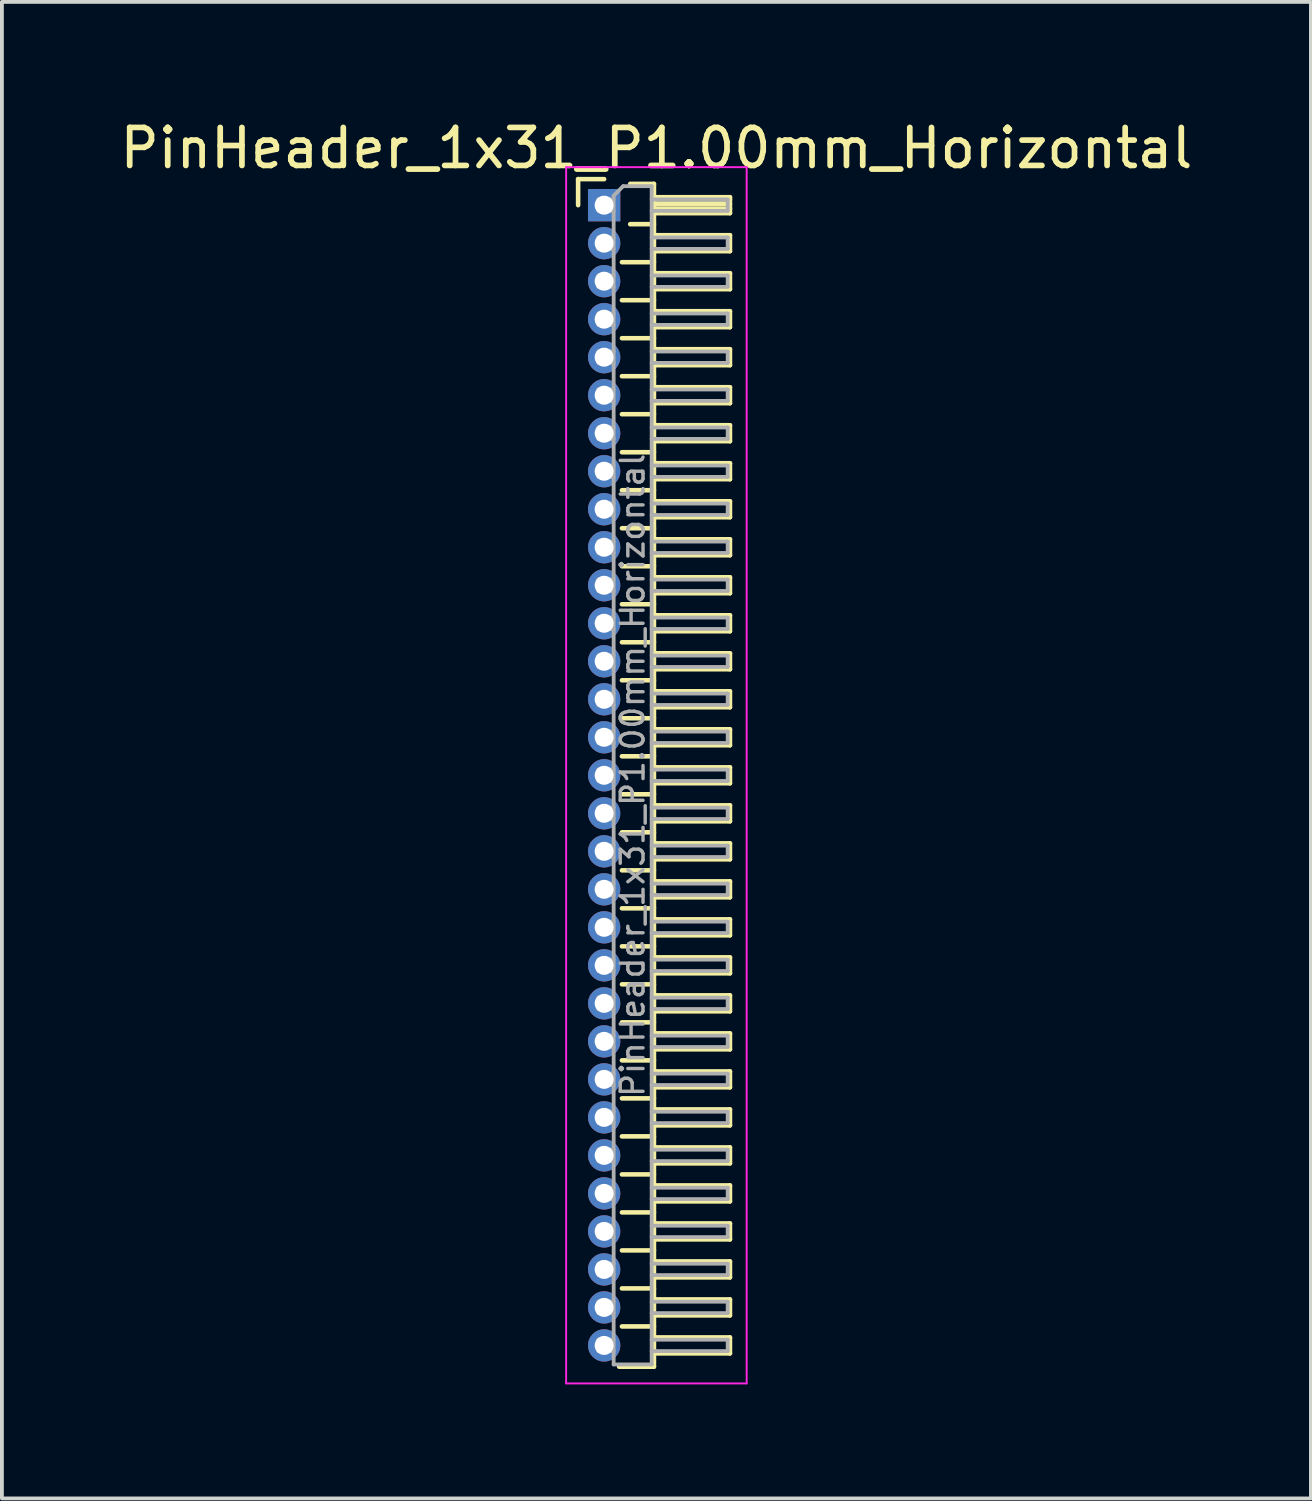
<source format=kicad_pcb>
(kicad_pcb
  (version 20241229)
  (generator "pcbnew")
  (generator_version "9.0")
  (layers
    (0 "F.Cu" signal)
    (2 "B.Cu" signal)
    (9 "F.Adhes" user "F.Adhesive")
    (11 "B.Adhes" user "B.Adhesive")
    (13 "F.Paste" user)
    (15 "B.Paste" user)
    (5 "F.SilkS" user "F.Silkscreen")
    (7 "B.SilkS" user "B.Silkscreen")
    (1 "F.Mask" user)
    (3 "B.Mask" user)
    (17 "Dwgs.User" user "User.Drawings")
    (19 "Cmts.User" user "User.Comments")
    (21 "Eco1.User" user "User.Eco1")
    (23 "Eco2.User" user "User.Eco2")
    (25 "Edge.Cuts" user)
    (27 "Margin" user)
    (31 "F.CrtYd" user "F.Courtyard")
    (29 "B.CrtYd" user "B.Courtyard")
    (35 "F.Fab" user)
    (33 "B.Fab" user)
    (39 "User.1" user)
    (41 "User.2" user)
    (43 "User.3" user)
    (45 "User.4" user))
  (footprint "PinHeader_1x31_P1.00mm_Horizontal"
    (layer "F.Cu")
    (at 12.845 2.348)
    (property "Reference" "PinHeader_1x31_P1.00mm_Horizontal" (at 1.375 -1.5 0) (layer "F.SilkS") (effects (font (size 1 1) (thickness 0.15))))
    (attr through_hole)
    (fp_line (start -0.685 -0.685) (end 0 -0.685) (stroke (width 0.12) (type solid)) (layer "F.SilkS"))
    (fp_line (start -0.685 0) (end -0.685 -0.685) (stroke (width 0.12) (type solid)) (layer "F.SilkS"))
    (fp_line (start 0.468 1.5) (end 1.31 1.5) (stroke (width 0.12) (type solid)) (layer "F.SilkS"))
    (fp_line (start 0.468 2.5) (end 1.31 2.5) (stroke (width 0.12) (type solid)) (layer "F.SilkS"))
    (fp_line (start 0.468 3.5) (end 1.31 3.5) (stroke (width 0.12) (type solid)) (layer "F.SilkS"))
    (fp_line (start 0.468 4.5) (end 1.31 4.5) (stroke (width 0.12) (type solid)) (layer "F.SilkS"))
    (fp_line (start 0.468 5.5) (end 1.31 5.5) (stroke (width 0.12) (type solid)) (layer "F.SilkS"))
    (fp_line (start 0.468 6.5) (end 1.31 6.5) (stroke (width 0.12) (type solid)) (layer "F.SilkS"))
    (fp_line (start 0.468 7.5) (end 1.31 7.5) (stroke (width 0.12) (type solid)) (layer "F.SilkS"))
    (fp_line (start 0.468 8.5) (end 1.31 8.5) (stroke (width 0.12) (type solid)) (layer "F.SilkS"))
    (fp_line (start 0.468 9.5) (end 1.31 9.5) (stroke (width 0.12) (type solid)) (layer "F.SilkS"))
    (fp_line (start 0.468 10.5) (end 1.31 10.5) (stroke (width 0.12) (type solid)) (layer "F.SilkS"))
    (fp_line (start 0.468 11.5) (end 1.31 11.5) (stroke (width 0.12) (type solid)) (layer "F.SilkS"))
    (fp_line (start 0.468 12.5) (end 1.31 12.5) (stroke (width 0.12) (type solid)) (layer "F.SilkS"))
    (fp_line (start 0.468 13.5) (end 1.31 13.5) (stroke (width 0.12) (type solid)) (layer "F.SilkS"))
    (fp_line (start 0.468 14.5) (end 1.31 14.5) (stroke (width 0.12) (type solid)) (layer "F.SilkS"))
    (fp_line (start 0.468 15.5) (end 1.31 15.5) (stroke (width 0.12) (type solid)) (layer "F.SilkS"))
    (fp_line (start 0.468 16.5) (end 1.31 16.5) (stroke (width 0.12) (type solid)) (layer "F.SilkS"))
    (fp_line (start 0.468 17.5) (end 1.31 17.5) (stroke (width 0.12) (type solid)) (layer "F.SilkS"))
    (fp_line (start 0.468 18.5) (end 1.31 18.5) (stroke (width 0.12) (type solid)) (layer "F.SilkS"))
    (fp_line (start 0.468 19.5) (end 1.31 19.5) (stroke (width 0.12) (type solid)) (layer "F.SilkS"))
    (fp_line (start 0.468 20.5) (end 1.31 20.5) (stroke (width 0.12) (type solid)) (layer "F.SilkS"))
    (fp_line (start 0.468 21.5) (end 1.31 21.5) (stroke (width 0.12) (type solid)) (layer "F.SilkS"))
    (fp_line (start 0.468 22.5) (end 1.31 22.5) (stroke (width 0.12) (type solid)) (layer "F.SilkS"))
    (fp_line (start 0.468 23.5) (end 1.31 23.5) (stroke (width 0.12) (type solid)) (layer "F.SilkS"))
    (fp_line (start 0.468 24.5) (end 1.31 24.5) (stroke (width 0.12) (type solid)) (layer "F.SilkS"))
    (fp_line (start 0.468 25.5) (end 1.31 25.5) (stroke (width 0.12) (type solid)) (layer "F.SilkS"))
    (fp_line (start 0.468 26.5) (end 1.31 26.5) (stroke (width 0.12) (type solid)) (layer "F.SilkS"))
    (fp_line (start 0.468 27.5) (end 1.31 27.5) (stroke (width 0.12) (type solid)) (layer "F.SilkS"))
    (fp_line (start 0.468 28.5) (end 1.31 28.5) (stroke (width 0.12) (type solid)) (layer "F.SilkS"))
    (fp_line (start 0.468 29.5) (end 1.31 29.5) (stroke (width 0.12) (type solid)) (layer "F.SilkS"))
    (fp_line (start 0.685 -0.56) (end 1.31 -0.56) (stroke (width 0.12) (type solid)) (layer "F.SilkS"))
    (fp_line (start 0.685 0.5) (end 1.31 0.5) (stroke (width 0.12) (type solid)) (layer "F.SilkS"))
    (fp_line (start 1.31 -0.56) (end 1.31 30.56) (stroke (width 0.12) (type solid)) (layer "F.SilkS"))
    (fp_line (start 1.31 -0.21) (end 3.31 -0.21) (stroke (width 0.12) (type solid)) (layer "F.SilkS"))
    (fp_line (start 1.31 -0.15) (end 3.31 -0.15) (stroke (width 0.12) (type solid)) (layer "F.SilkS"))
    (fp_line (start 1.31 -0.03) (end 3.31 -0.03) (stroke (width 0.12) (type solid)) (layer "F.SilkS"))
    (fp_line (start 1.31 0.09) (end 3.31 0.09) (stroke (width 0.12) (type solid)) (layer "F.SilkS"))
    (fp_line (start 1.31 0.79) (end 3.31 0.79) (stroke (width 0.12) (type solid)) (layer "F.SilkS"))
    (fp_line (start 1.31 1.79) (end 3.31 1.79) (stroke (width 0.12) (type solid)) (layer "F.SilkS"))
    (fp_line (start 1.31 2.79) (end 3.31 2.79) (stroke (width 0.12) (type solid)) (layer "F.SilkS"))
    (fp_line (start 1.31 3.79) (end 3.31 3.79) (stroke (width 0.12) (type solid)) (layer "F.SilkS"))
    (fp_line (start 1.31 4.79) (end 3.31 4.79) (stroke (width 0.12) (type solid)) (layer "F.SilkS"))
    (fp_line (start 1.31 5.79) (end 3.31 5.79) (stroke (width 0.12) (type solid)) (layer "F.SilkS"))
    (fp_line (start 1.31 6.79) (end 3.31 6.79) (stroke (width 0.12) (type solid)) (layer "F.SilkS"))
    (fp_line (start 1.31 7.79) (end 3.31 7.79) (stroke (width 0.12) (type solid)) (layer "F.SilkS"))
    (fp_line (start 1.31 8.79) (end 3.31 8.79) (stroke (width 0.12) (type solid)) (layer "F.SilkS"))
    (fp_line (start 1.31 9.79) (end 3.31 9.79) (stroke (width 0.12) (type solid)) (layer "F.SilkS"))
    (fp_line (start 1.31 10.79) (end 3.31 10.79) (stroke (width 0.12) (type solid)) (layer "F.SilkS"))
    (fp_line (start 1.31 11.79) (end 3.31 11.79) (stroke (width 0.12) (type solid)) (layer "F.SilkS"))
    (fp_line (start 1.31 12.79) (end 3.31 12.79) (stroke (width 0.12) (type solid)) (layer "F.SilkS"))
    (fp_line (start 1.31 13.79) (end 3.31 13.79) (stroke (width 0.12) (type solid)) (layer "F.SilkS"))
    (fp_line (start 1.31 14.79) (end 3.31 14.79) (stroke (width 0.12) (type solid)) (layer "F.SilkS"))
    (fp_line (start 1.31 15.79) (end 3.31 15.79) (stroke (width 0.12) (type solid)) (layer "F.SilkS"))
    (fp_line (start 1.31 16.79) (end 3.31 16.79) (stroke (width 0.12) (type solid)) (layer "F.SilkS"))
    (fp_line (start 1.31 17.79) (end 3.31 17.79) (stroke (width 0.12) (type solid)) (layer "F.SilkS"))
    (fp_line (start 1.31 18.79) (end 3.31 18.79) (stroke (width 0.12) (type solid)) (layer "F.SilkS"))
    (fp_line (start 1.31 19.79) (end 3.31 19.79) (stroke (width 0.12) (type solid)) (layer "F.SilkS"))
    (fp_line (start 1.31 20.79) (end 3.31 20.79) (stroke (width 0.12) (type solid)) (layer "F.SilkS"))
    (fp_line (start 1.31 21.79) (end 3.31 21.79) (stroke (width 0.12) (type solid)) (layer "F.SilkS"))
    (fp_line (start 1.31 22.79) (end 3.31 22.79) (stroke (width 0.12) (type solid)) (layer "F.SilkS"))
    (fp_line (start 1.31 23.79) (end 3.31 23.79) (stroke (width 0.12) (type solid)) (layer "F.SilkS"))
    (fp_line (start 1.31 24.79) (end 3.31 24.79) (stroke (width 0.12) (type solid)) (layer "F.SilkS"))
    (fp_line (start 1.31 25.79) (end 3.31 25.79) (stroke (width 0.12) (type solid)) (layer "F.SilkS"))
    (fp_line (start 1.31 26.79) (end 3.31 26.79) (stroke (width 0.12) (type solid)) (layer "F.SilkS"))
    (fp_line (start 1.31 27.79) (end 3.31 27.79) (stroke (width 0.12) (type solid)) (layer "F.SilkS"))
    (fp_line (start 1.31 28.79) (end 3.31 28.79) (stroke (width 0.12) (type solid)) (layer "F.SilkS"))
    (fp_line (start 1.31 29.79) (end 3.31 29.79) (stroke (width 0.12) (type solid)) (layer "F.SilkS"))
    (fp_line (start 1.31 30.56) (end 0.394 30.56) (stroke (width 0.12) (type solid)) (layer "F.SilkS"))
    (fp_line (start 3.31 -0.21) (end 3.31 0.21) (stroke (width 0.12) (type solid)) (layer "F.SilkS"))
    (fp_line (start 3.31 0.21) (end 1.31 0.21) (stroke (width 0.12) (type solid)) (layer "F.SilkS"))
    (fp_line (start 3.31 0.79) (end 3.31 1.21) (stroke (width 0.12) (type solid)) (layer "F.SilkS"))
    (fp_line (start 3.31 1.21) (end 1.31 1.21) (stroke (width 0.12) (type solid)) (layer "F.SilkS"))
    (fp_line (start 3.31 1.79) (end 3.31 2.21) (stroke (width 0.12) (type solid)) (layer "F.SilkS"))
    (fp_line (start 3.31 2.21) (end 1.31 2.21) (stroke (width 0.12) (type solid)) (layer "F.SilkS"))
    (fp_line (start 3.31 2.79) (end 3.31 3.21) (stroke (width 0.12) (type solid)) (layer "F.SilkS"))
    (fp_line (start 3.31 3.21) (end 1.31 3.21) (stroke (width 0.12) (type solid)) (layer "F.SilkS"))
    (fp_line (start 3.31 3.79) (end 3.31 4.21) (stroke (width 0.12) (type solid)) (layer "F.SilkS"))
    (fp_line (start 3.31 4.21) (end 1.31 4.21) (stroke (width 0.12) (type solid)) (layer "F.SilkS"))
    (fp_line (start 3.31 4.79) (end 3.31 5.21) (stroke (width 0.12) (type solid)) (layer "F.SilkS"))
    (fp_line (start 3.31 5.21) (end 1.31 5.21) (stroke (width 0.12) (type solid)) (layer "F.SilkS"))
    (fp_line (start 3.31 5.79) (end 3.31 6.21) (stroke (width 0.12) (type solid)) (layer "F.SilkS"))
    (fp_line (start 3.31 6.21) (end 1.31 6.21) (stroke (width 0.12) (type solid)) (layer "F.SilkS"))
    (fp_line (start 3.31 6.79) (end 3.31 7.21) (stroke (width 0.12) (type solid)) (layer "F.SilkS"))
    (fp_line (start 3.31 7.21) (end 1.31 7.21) (stroke (width 0.12) (type solid)) (layer "F.SilkS"))
    (fp_line (start 3.31 7.79) (end 3.31 8.21) (stroke (width 0.12) (type solid)) (layer "F.SilkS"))
    (fp_line (start 3.31 8.21) (end 1.31 8.21) (stroke (width 0.12) (type solid)) (layer "F.SilkS"))
    (fp_line (start 3.31 8.79) (end 3.31 9.21) (stroke (width 0.12) (type solid)) (layer "F.SilkS"))
    (fp_line (start 3.31 9.21) (end 1.31 9.21) (stroke (width 0.12) (type solid)) (layer "F.SilkS"))
    (fp_line (start 3.31 9.79) (end 3.31 10.21) (stroke (width 0.12) (type solid)) (layer "F.SilkS"))
    (fp_line (start 3.31 10.21) (end 1.31 10.21) (stroke (width 0.12) (type solid)) (layer "F.SilkS"))
    (fp_line (start 3.31 10.79) (end 3.31 11.21) (stroke (width 0.12) (type solid)) (layer "F.SilkS"))
    (fp_line (start 3.31 11.21) (end 1.31 11.21) (stroke (width 0.12) (type solid)) (layer "F.SilkS"))
    (fp_line (start 3.31 11.79) (end 3.31 12.21) (stroke (width 0.12) (type solid)) (layer "F.SilkS"))
    (fp_line (start 3.31 12.21) (end 1.31 12.21) (stroke (width 0.12) (type solid)) (layer "F.SilkS"))
    (fp_line (start 3.31 12.79) (end 3.31 13.21) (stroke (width 0.12) (type solid)) (layer "F.SilkS"))
    (fp_line (start 3.31 13.21) (end 1.31 13.21) (stroke (width 0.12) (type solid)) (layer "F.SilkS"))
    (fp_line (start 3.31 13.79) (end 3.31 14.21) (stroke (width 0.12) (type solid)) (layer "F.SilkS"))
    (fp_line (start 3.31 14.21) (end 1.31 14.21) (stroke (width 0.12) (type solid)) (layer "F.SilkS"))
    (fp_line (start 3.31 14.79) (end 3.31 15.21) (stroke (width 0.12) (type solid)) (layer "F.SilkS"))
    (fp_line (start 3.31 15.21) (end 1.31 15.21) (stroke (width 0.12) (type solid)) (layer "F.SilkS"))
    (fp_line (start 3.31 15.79) (end 3.31 16.21) (stroke (width 0.12) (type solid)) (layer "F.SilkS"))
    (fp_line (start 3.31 16.21) (end 1.31 16.21) (stroke (width 0.12) (type solid)) (layer "F.SilkS"))
    (fp_line (start 3.31 16.79) (end 3.31 17.21) (stroke (width 0.12) (type solid)) (layer "F.SilkS"))
    (fp_line (start 3.31 17.21) (end 1.31 17.21) (stroke (width 0.12) (type solid)) (layer "F.SilkS"))
    (fp_line (start 3.31 17.79) (end 3.31 18.21) (stroke (width 0.12) (type solid)) (layer "F.SilkS"))
    (fp_line (start 3.31 18.21) (end 1.31 18.21) (stroke (width 0.12) (type solid)) (layer "F.SilkS"))
    (fp_line (start 3.31 18.79) (end 3.31 19.21) (stroke (width 0.12) (type solid)) (layer "F.SilkS"))
    (fp_line (start 3.31 19.21) (end 1.31 19.21) (stroke (width 0.12) (type solid)) (layer "F.SilkS"))
    (fp_line (start 3.31 19.79) (end 3.31 20.21) (stroke (width 0.12) (type solid)) (layer "F.SilkS"))
    (fp_line (start 3.31 20.21) (end 1.31 20.21) (stroke (width 0.12) (type solid)) (layer "F.SilkS"))
    (fp_line (start 3.31 20.79) (end 3.31 21.21) (stroke (width 0.12) (type solid)) (layer "F.SilkS"))
    (fp_line (start 3.31 21.21) (end 1.31 21.21) (stroke (width 0.12) (type solid)) (layer "F.SilkS"))
    (fp_line (start 3.31 21.79) (end 3.31 22.21) (stroke (width 0.12) (type solid)) (layer "F.SilkS"))
    (fp_line (start 3.31 22.21) (end 1.31 22.21) (stroke (width 0.12) (type solid)) (layer "F.SilkS"))
    (fp_line (start 3.31 22.79) (end 3.31 23.21) (stroke (width 0.12) (type solid)) (layer "F.SilkS"))
    (fp_line (start 3.31 23.21) (end 1.31 23.21) (stroke (width 0.12) (type solid)) (layer "F.SilkS"))
    (fp_line (start 3.31 23.79) (end 3.31 24.21) (stroke (width 0.12) (type solid)) (layer "F.SilkS"))
    (fp_line (start 3.31 24.21) (end 1.31 24.21) (stroke (width 0.12) (type solid)) (layer "F.SilkS"))
    (fp_line (start 3.31 24.79) (end 3.31 25.21) (stroke (width 0.12) (type solid)) (layer "F.SilkS"))
    (fp_line (start 3.31 25.21) (end 1.31 25.21) (stroke (width 0.12) (type solid)) (layer "F.SilkS"))
    (fp_line (start 3.31 25.79) (end 3.31 26.21) (stroke (width 0.12) (type solid)) (layer "F.SilkS"))
    (fp_line (start 3.31 26.21) (end 1.31 26.21) (stroke (width 0.12) (type solid)) (layer "F.SilkS"))
    (fp_line (start 3.31 26.79) (end 3.31 27.21) (stroke (width 0.12) (type solid)) (layer "F.SilkS"))
    (fp_line (start 3.31 27.21) (end 1.31 27.21) (stroke (width 0.12) (type solid)) (layer "F.SilkS"))
    (fp_line (start 3.31 27.79) (end 3.31 28.21) (stroke (width 0.12) (type solid)) (layer "F.SilkS"))
    (fp_line (start 3.31 28.21) (end 1.31 28.21) (stroke (width 0.12) (type solid)) (layer "F.SilkS"))
    (fp_line (start 3.31 28.79) (end 3.31 29.21) (stroke (width 0.12) (type solid)) (layer "F.SilkS"))
    (fp_line (start 3.31 29.21) (end 1.31 29.21) (stroke (width 0.12) (type solid)) (layer "F.SilkS"))
    (fp_line (start 3.31 29.79) (end 3.31 30.21) (stroke (width 0.12) (type solid)) (layer "F.SilkS"))
    (fp_line (start 3.31 30.21) (end 1.31 30.21) (stroke (width 0.12) (type solid)) (layer "F.SilkS"))
    (fp_line (start -1 -1) (end -1 31) (stroke (width 0.05) (type solid)) (layer "F.CrtYd"))
    (fp_line (start -1 31) (end 3.75 31) (stroke (width 0.05) (type solid)) (layer "F.CrtYd"))
    (fp_line (start 3.75 -1) (end -1 -1) (stroke (width 0.05) (type solid)) (layer "F.CrtYd"))
    (fp_line (start 3.75 31) (end 3.75 -1) (stroke (width 0.05) (type solid)) (layer "F.CrtYd"))
    (fp_line (start -0.15 -0.15) (end -0.15 0.15) (stroke (width 0.1) (type solid)) (layer "F.Fab"))
    (fp_line (start -0.15 -0.15) (end 0.25 -0.15) (stroke (width 0.1) (type solid)) (layer "F.Fab"))
    (fp_line (start -0.15 0.15) (end 0.25 0.15) (stroke (width 0.1) (type solid)) (layer "F.Fab"))
    (fp_line (start -0.15 0.85) (end -0.15 1.15) (stroke (width 0.1) (type solid)) (layer "F.Fab"))
    (fp_line (start -0.15 0.85) (end 0.25 0.85) (stroke (width 0.1) (type solid)) (layer "F.Fab"))
    (fp_line (start -0.15 1.15) (end 0.25 1.15) (stroke (width 0.1) (type solid)) (layer "F.Fab"))
    (fp_line (start -0.15 1.85) (end -0.15 2.15) (stroke (width 0.1) (type solid)) (layer "F.Fab"))
    (fp_line (start -0.15 1.85) (end 0.25 1.85) (stroke (width 0.1) (type solid)) (layer "F.Fab"))
    (fp_line (start -0.15 2.15) (end 0.25 2.15) (stroke (width 0.1) (type solid)) (layer "F.Fab"))
    (fp_line (start -0.15 2.85) (end -0.15 3.15) (stroke (width 0.1) (type solid)) (layer "F.Fab"))
    (fp_line (start -0.15 2.85) (end 0.25 2.85) (stroke (width 0.1) (type solid)) (layer "F.Fab"))
    (fp_line (start -0.15 3.15) (end 0.25 3.15) (stroke (width 0.1) (type solid)) (layer "F.Fab"))
    (fp_line (start -0.15 3.85) (end -0.15 4.15) (stroke (width 0.1) (type solid)) (layer "F.Fab"))
    (fp_line (start -0.15 3.85) (end 0.25 3.85) (stroke (width 0.1) (type solid)) (layer "F.Fab"))
    (fp_line (start -0.15 4.15) (end 0.25 4.15) (stroke (width 0.1) (type solid)) (layer "F.Fab"))
    (fp_line (start -0.15 4.85) (end -0.15 5.15) (stroke (width 0.1) (type solid)) (layer "F.Fab"))
    (fp_line (start -0.15 4.85) (end 0.25 4.85) (stroke (width 0.1) (type solid)) (layer "F.Fab"))
    (fp_line (start -0.15 5.15) (end 0.25 5.15) (stroke (width 0.1) (type solid)) (layer "F.Fab"))
    (fp_line (start -0.15 5.85) (end -0.15 6.15) (stroke (width 0.1) (type solid)) (layer "F.Fab"))
    (fp_line (start -0.15 5.85) (end 0.25 5.85) (stroke (width 0.1) (type solid)) (layer "F.Fab"))
    (fp_line (start -0.15 6.15) (end 0.25 6.15) (stroke (width 0.1) (type solid)) (layer "F.Fab"))
    (fp_line (start -0.15 6.85) (end -0.15 7.15) (stroke (width 0.1) (type solid)) (layer "F.Fab"))
    (fp_line (start -0.15 6.85) (end 0.25 6.85) (stroke (width 0.1) (type solid)) (layer "F.Fab"))
    (fp_line (start -0.15 7.15) (end 0.25 7.15) (stroke (width 0.1) (type solid)) (layer "F.Fab"))
    (fp_line (start -0.15 7.85) (end -0.15 8.15) (stroke (width 0.1) (type solid)) (layer "F.Fab"))
    (fp_line (start -0.15 7.85) (end 0.25 7.85) (stroke (width 0.1) (type solid)) (layer "F.Fab"))
    (fp_line (start -0.15 8.15) (end 0.25 8.15) (stroke (width 0.1) (type solid)) (layer "F.Fab"))
    (fp_line (start -0.15 8.85) (end -0.15 9.15) (stroke (width 0.1) (type solid)) (layer "F.Fab"))
    (fp_line (start -0.15 8.85) (end 0.25 8.85) (stroke (width 0.1) (type solid)) (layer "F.Fab"))
    (fp_line (start -0.15 9.15) (end 0.25 9.15) (stroke (width 0.1) (type solid)) (layer "F.Fab"))
    (fp_line (start -0.15 9.85) (end -0.15 10.15) (stroke (width 0.1) (type solid)) (layer "F.Fab"))
    (fp_line (start -0.15 9.85) (end 0.25 9.85) (stroke (width 0.1) (type solid)) (layer "F.Fab"))
    (fp_line (start -0.15 10.15) (end 0.25 10.15) (stroke (width 0.1) (type solid)) (layer "F.Fab"))
    (fp_line (start -0.15 10.85) (end -0.15 11.15) (stroke (width 0.1) (type solid)) (layer "F.Fab"))
    (fp_line (start -0.15 10.85) (end 0.25 10.85) (stroke (width 0.1) (type solid)) (layer "F.Fab"))
    (fp_line (start -0.15 11.15) (end 0.25 11.15) (stroke (width 0.1) (type solid)) (layer "F.Fab"))
    (fp_line (start -0.15 11.85) (end -0.15 12.15) (stroke (width 0.1) (type solid)) (layer "F.Fab"))
    (fp_line (start -0.15 11.85) (end 0.25 11.85) (stroke (width 0.1) (type solid)) (layer "F.Fab"))
    (fp_line (start -0.15 12.15) (end 0.25 12.15) (stroke (width 0.1) (type solid)) (layer "F.Fab"))
    (fp_line (start -0.15 12.85) (end -0.15 13.15) (stroke (width 0.1) (type solid)) (layer "F.Fab"))
    (fp_line (start -0.15 12.85) (end 0.25 12.85) (stroke (width 0.1) (type solid)) (layer "F.Fab"))
    (fp_line (start -0.15 13.15) (end 0.25 13.15) (stroke (width 0.1) (type solid)) (layer "F.Fab"))
    (fp_line (start -0.15 13.85) (end -0.15 14.15) (stroke (width 0.1) (type solid)) (layer "F.Fab"))
    (fp_line (start -0.15 13.85) (end 0.25 13.85) (stroke (width 0.1) (type solid)) (layer "F.Fab"))
    (fp_line (start -0.15 14.15) (end 0.25 14.15) (stroke (width 0.1) (type solid)) (layer "F.Fab"))
    (fp_line (start -0.15 14.85) (end -0.15 15.15) (stroke (width 0.1) (type solid)) (layer "F.Fab"))
    (fp_line (start -0.15 14.85) (end 0.25 14.85) (stroke (width 0.1) (type solid)) (layer "F.Fab"))
    (fp_line (start -0.15 15.15) (end 0.25 15.15) (stroke (width 0.1) (type solid)) (layer "F.Fab"))
    (fp_line (start -0.15 15.85) (end -0.15 16.15) (stroke (width 0.1) (type solid)) (layer "F.Fab"))
    (fp_line (start -0.15 15.85) (end 0.25 15.85) (stroke (width 0.1) (type solid)) (layer "F.Fab"))
    (fp_line (start -0.15 16.15) (end 0.25 16.15) (stroke (width 0.1) (type solid)) (layer "F.Fab"))
    (fp_line (start -0.15 16.85) (end -0.15 17.15) (stroke (width 0.1) (type solid)) (layer "F.Fab"))
    (fp_line (start -0.15 16.85) (end 0.25 16.85) (stroke (width 0.1) (type solid)) (layer "F.Fab"))
    (fp_line (start -0.15 17.15) (end 0.25 17.15) (stroke (width 0.1) (type solid)) (layer "F.Fab"))
    (fp_line (start -0.15 17.85) (end -0.15 18.15) (stroke (width 0.1) (type solid)) (layer "F.Fab"))
    (fp_line (start -0.15 17.85) (end 0.25 17.85) (stroke (width 0.1) (type solid)) (layer "F.Fab"))
    (fp_line (start -0.15 18.15) (end 0.25 18.15) (stroke (width 0.1) (type solid)) (layer "F.Fab"))
    (fp_line (start -0.15 18.85) (end -0.15 19.15) (stroke (width 0.1) (type solid)) (layer "F.Fab"))
    (fp_line (start -0.15 18.85) (end 0.25 18.85) (stroke (width 0.1) (type solid)) (layer "F.Fab"))
    (fp_line (start -0.15 19.15) (end 0.25 19.15) (stroke (width 0.1) (type solid)) (layer "F.Fab"))
    (fp_line (start -0.15 19.85) (end -0.15 20.15) (stroke (width 0.1) (type solid)) (layer "F.Fab"))
    (fp_line (start -0.15 19.85) (end 0.25 19.85) (stroke (width 0.1) (type solid)) (layer "F.Fab"))
    (fp_line (start -0.15 20.15) (end 0.25 20.15) (stroke (width 0.1) (type solid)) (layer "F.Fab"))
    (fp_line (start -0.15 20.85) (end -0.15 21.15) (stroke (width 0.1) (type solid)) (layer "F.Fab"))
    (fp_line (start -0.15 20.85) (end 0.25 20.85) (stroke (width 0.1) (type solid)) (layer "F.Fab"))
    (fp_line (start -0.15 21.15) (end 0.25 21.15) (stroke (width 0.1) (type solid)) (layer "F.Fab"))
    (fp_line (start -0.15 21.85) (end -0.15 22.15) (stroke (width 0.1) (type solid)) (layer "F.Fab"))
    (fp_line (start -0.15 21.85) (end 0.25 21.85) (stroke (width 0.1) (type solid)) (layer "F.Fab"))
    (fp_line (start -0.15 22.15) (end 0.25 22.15) (stroke (width 0.1) (type solid)) (layer "F.Fab"))
    (fp_line (start -0.15 22.85) (end -0.15 23.15) (stroke (width 0.1) (type solid)) (layer "F.Fab"))
    (fp_line (start -0.15 22.85) (end 0.25 22.85) (stroke (width 0.1) (type solid)) (layer "F.Fab"))
    (fp_line (start -0.15 23.15) (end 0.25 23.15) (stroke (width 0.1) (type solid)) (layer "F.Fab"))
    (fp_line (start -0.15 23.85) (end -0.15 24.15) (stroke (width 0.1) (type solid)) (layer "F.Fab"))
    (fp_line (start -0.15 23.85) (end 0.25 23.85) (stroke (width 0.1) (type solid)) (layer "F.Fab"))
    (fp_line (start -0.15 24.15) (end 0.25 24.15) (stroke (width 0.1) (type solid)) (layer "F.Fab"))
    (fp_line (start -0.15 24.85) (end -0.15 25.15) (stroke (width 0.1) (type solid)) (layer "F.Fab"))
    (fp_line (start -0.15 24.85) (end 0.25 24.85) (stroke (width 0.1) (type solid)) (layer "F.Fab"))
    (fp_line (start -0.15 25.15) (end 0.25 25.15) (stroke (width 0.1) (type solid)) (layer "F.Fab"))
    (fp_line (start -0.15 25.85) (end -0.15 26.15) (stroke (width 0.1) (type solid)) (layer "F.Fab"))
    (fp_line (start -0.15 25.85) (end 0.25 25.85) (stroke (width 0.1) (type solid)) (layer "F.Fab"))
    (fp_line (start -0.15 26.15) (end 0.25 26.15) (stroke (width 0.1) (type solid)) (layer "F.Fab"))
    (fp_line (start -0.15 26.85) (end -0.15 27.15) (stroke (width 0.1) (type solid)) (layer "F.Fab"))
    (fp_line (start -0.15 26.85) (end 0.25 26.85) (stroke (width 0.1) (type solid)) (layer "F.Fab"))
    (fp_line (start -0.15 27.15) (end 0.25 27.15) (stroke (width 0.1) (type solid)) (layer "F.Fab"))
    (fp_line (start -0.15 27.85) (end -0.15 28.15) (stroke (width 0.1) (type solid)) (layer "F.Fab"))
    (fp_line (start -0.15 27.85) (end 0.25 27.85) (stroke (width 0.1) (type solid)) (layer "F.Fab"))
    (fp_line (start -0.15 28.15) (end 0.25 28.15) (stroke (width 0.1) (type solid)) (layer "F.Fab"))
    (fp_line (start -0.15 28.85) (end -0.15 29.15) (stroke (width 0.1) (type solid)) (layer "F.Fab"))
    (fp_line (start -0.15 28.85) (end 0.25 28.85) (stroke (width 0.1) (type solid)) (layer "F.Fab"))
    (fp_line (start -0.15 29.15) (end 0.25 29.15) (stroke (width 0.1) (type solid)) (layer "F.Fab"))
    (fp_line (start -0.15 29.85) (end -0.15 30.15) (stroke (width 0.1) (type solid)) (layer "F.Fab"))
    (fp_line (start -0.15 29.85) (end 0.25 29.85) (stroke (width 0.1) (type solid)) (layer "F.Fab"))
    (fp_line (start -0.15 30.15) (end 0.25 30.15) (stroke (width 0.1) (type solid)) (layer "F.Fab"))
    (fp_line (start 0.25 -0.25) (end 0.5 -0.5) (stroke (width 0.1) (type solid)) (layer "F.Fab"))
    (fp_line (start 0.25 30.5) (end 0.25 -0.25) (stroke (width 0.1) (type solid)) (layer "F.Fab"))
    (fp_line (start 0.5 -0.5) (end 1.25 -0.5) (stroke (width 0.1) (type solid)) (layer "F.Fab"))
    (fp_line (start 1.25 -0.5) (end 1.25 30.5) (stroke (width 0.1) (type solid)) (layer "F.Fab"))
    (fp_line (start 1.25 -0.15) (end 3.25 -0.15) (stroke (width 0.1) (type solid)) (layer "F.Fab"))
    (fp_line (start 1.25 0.15) (end 3.25 0.15) (stroke (width 0.1) (type solid)) (layer "F.Fab"))
    (fp_line (start 1.25 0.85) (end 3.25 0.85) (stroke (width 0.1) (type solid)) (layer "F.Fab"))
    (fp_line (start 1.25 1.15) (end 3.25 1.15) (stroke (width 0.1) (type solid)) (layer "F.Fab"))
    (fp_line (start 1.25 1.85) (end 3.25 1.85) (stroke (width 0.1) (type solid)) (layer "F.Fab"))
    (fp_line (start 1.25 2.15) (end 3.25 2.15) (stroke (width 0.1) (type solid)) (layer "F.Fab"))
    (fp_line (start 1.25 2.85) (end 3.25 2.85) (stroke (width 0.1) (type solid)) (layer "F.Fab"))
    (fp_line (start 1.25 3.15) (end 3.25 3.15) (stroke (width 0.1) (type solid)) (layer "F.Fab"))
    (fp_line (start 1.25 3.85) (end 3.25 3.85) (stroke (width 0.1) (type solid)) (layer "F.Fab"))
    (fp_line (start 1.25 4.15) (end 3.25 4.15) (stroke (width 0.1) (type solid)) (layer "F.Fab"))
    (fp_line (start 1.25 4.85) (end 3.25 4.85) (stroke (width 0.1) (type solid)) (layer "F.Fab"))
    (fp_line (start 1.25 5.15) (end 3.25 5.15) (stroke (width 0.1) (type solid)) (layer "F.Fab"))
    (fp_line (start 1.25 5.85) (end 3.25 5.85) (stroke (width 0.1) (type solid)) (layer "F.Fab"))
    (fp_line (start 1.25 6.15) (end 3.25 6.15) (stroke (width 0.1) (type solid)) (layer "F.Fab"))
    (fp_line (start 1.25 6.85) (end 3.25 6.85) (stroke (width 0.1) (type solid)) (layer "F.Fab"))
    (fp_line (start 1.25 7.15) (end 3.25 7.15) (stroke (width 0.1) (type solid)) (layer "F.Fab"))
    (fp_line (start 1.25 7.85) (end 3.25 7.85) (stroke (width 0.1) (type solid)) (layer "F.Fab"))
    (fp_line (start 1.25 8.15) (end 3.25 8.15) (stroke (width 0.1) (type solid)) (layer "F.Fab"))
    (fp_line (start 1.25 8.85) (end 3.25 8.85) (stroke (width 0.1) (type solid)) (layer "F.Fab"))
    (fp_line (start 1.25 9.15) (end 3.25 9.15) (stroke (width 0.1) (type solid)) (layer "F.Fab"))
    (fp_line (start 1.25 9.85) (end 3.25 9.85) (stroke (width 0.1) (type solid)) (layer "F.Fab"))
    (fp_line (start 1.25 10.15) (end 3.25 10.15) (stroke (width 0.1) (type solid)) (layer "F.Fab"))
    (fp_line (start 1.25 10.85) (end 3.25 10.85) (stroke (width 0.1) (type solid)) (layer "F.Fab"))
    (fp_line (start 1.25 11.15) (end 3.25 11.15) (stroke (width 0.1) (type solid)) (layer "F.Fab"))
    (fp_line (start 1.25 11.85) (end 3.25 11.85) (stroke (width 0.1) (type solid)) (layer "F.Fab"))
    (fp_line (start 1.25 12.15) (end 3.25 12.15) (stroke (width 0.1) (type solid)) (layer "F.Fab"))
    (fp_line (start 1.25 12.85) (end 3.25 12.85) (stroke (width 0.1) (type solid)) (layer "F.Fab"))
    (fp_line (start 1.25 13.15) (end 3.25 13.15) (stroke (width 0.1) (type solid)) (layer "F.Fab"))
    (fp_line (start 1.25 13.85) (end 3.25 13.85) (stroke (width 0.1) (type solid)) (layer "F.Fab"))
    (fp_line (start 1.25 14.15) (end 3.25 14.15) (stroke (width 0.1) (type solid)) (layer "F.Fab"))
    (fp_line (start 1.25 14.85) (end 3.25 14.85) (stroke (width 0.1) (type solid)) (layer "F.Fab"))
    (fp_line (start 1.25 15.15) (end 3.25 15.15) (stroke (width 0.1) (type solid)) (layer "F.Fab"))
    (fp_line (start 1.25 15.85) (end 3.25 15.85) (stroke (width 0.1) (type solid)) (layer "F.Fab"))
    (fp_line (start 1.25 16.15) (end 3.25 16.15) (stroke (width 0.1) (type solid)) (layer "F.Fab"))
    (fp_line (start 1.25 16.85) (end 3.25 16.85) (stroke (width 0.1) (type solid)) (layer "F.Fab"))
    (fp_line (start 1.25 17.15) (end 3.25 17.15) (stroke (width 0.1) (type solid)) (layer "F.Fab"))
    (fp_line (start 1.25 17.85) (end 3.25 17.85) (stroke (width 0.1) (type solid)) (layer "F.Fab"))
    (fp_line (start 1.25 18.15) (end 3.25 18.15) (stroke (width 0.1) (type solid)) (layer "F.Fab"))
    (fp_line (start 1.25 18.85) (end 3.25 18.85) (stroke (width 0.1) (type solid)) (layer "F.Fab"))
    (fp_line (start 1.25 19.15) (end 3.25 19.15) (stroke (width 0.1) (type solid)) (layer "F.Fab"))
    (fp_line (start 1.25 19.85) (end 3.25 19.85) (stroke (width 0.1) (type solid)) (layer "F.Fab"))
    (fp_line (start 1.25 20.15) (end 3.25 20.15) (stroke (width 0.1) (type solid)) (layer "F.Fab"))
    (fp_line (start 1.25 20.85) (end 3.25 20.85) (stroke (width 0.1) (type solid)) (layer "F.Fab"))
    (fp_line (start 1.25 21.15) (end 3.25 21.15) (stroke (width 0.1) (type solid)) (layer "F.Fab"))
    (fp_line (start 1.25 21.85) (end 3.25 21.85) (stroke (width 0.1) (type solid)) (layer "F.Fab"))
    (fp_line (start 1.25 22.15) (end 3.25 22.15) (stroke (width 0.1) (type solid)) (layer "F.Fab"))
    (fp_line (start 1.25 22.85) (end 3.25 22.85) (stroke (width 0.1) (type solid)) (layer "F.Fab"))
    (fp_line (start 1.25 23.15) (end 3.25 23.15) (stroke (width 0.1) (type solid)) (layer "F.Fab"))
    (fp_line (start 1.25 23.85) (end 3.25 23.85) (stroke (width 0.1) (type solid)) (layer "F.Fab"))
    (fp_line (start 1.25 24.15) (end 3.25 24.15) (stroke (width 0.1) (type solid)) (layer "F.Fab"))
    (fp_line (start 1.25 24.85) (end 3.25 24.85) (stroke (width 0.1) (type solid)) (layer "F.Fab"))
    (fp_line (start 1.25 25.15) (end 3.25 25.15) (stroke (width 0.1) (type solid)) (layer "F.Fab"))
    (fp_line (start 1.25 25.85) (end 3.25 25.85) (stroke (width 0.1) (type solid)) (layer "F.Fab"))
    (fp_line (start 1.25 26.15) (end 3.25 26.15) (stroke (width 0.1) (type solid)) (layer "F.Fab"))
    (fp_line (start 1.25 26.85) (end 3.25 26.85) (stroke (width 0.1) (type solid)) (layer "F.Fab"))
    (fp_line (start 1.25 27.15) (end 3.25 27.15) (stroke (width 0.1) (type solid)) (layer "F.Fab"))
    (fp_line (start 1.25 27.85) (end 3.25 27.85) (stroke (width 0.1) (type solid)) (layer "F.Fab"))
    (fp_line (start 1.25 28.15) (end 3.25 28.15) (stroke (width 0.1) (type solid)) (layer "F.Fab"))
    (fp_line (start 1.25 28.85) (end 3.25 28.85) (stroke (width 0.1) (type solid)) (layer "F.Fab"))
    (fp_line (start 1.25 29.15) (end 3.25 29.15) (stroke (width 0.1) (type solid)) (layer "F.Fab"))
    (fp_line (start 1.25 29.85) (end 3.25 29.85) (stroke (width 0.1) (type solid)) (layer "F.Fab"))
    (fp_line (start 1.25 30.15) (end 3.25 30.15) (stroke (width 0.1) (type solid)) (layer "F.Fab"))
    (fp_line (start 1.25 30.5) (end 0.25 30.5) (stroke (width 0.1) (type solid)) (layer "F.Fab"))
    (fp_line (start 3.25 -0.15) (end 3.25 0.15) (stroke (width 0.1) (type solid)) (layer "F.Fab"))
    (fp_line (start 3.25 0.85) (end 3.25 1.15) (stroke (width 0.1) (type solid)) (layer "F.Fab"))
    (fp_line (start 3.25 1.85) (end 3.25 2.15) (stroke (width 0.1) (type solid)) (layer "F.Fab"))
    (fp_line (start 3.25 2.85) (end 3.25 3.15) (stroke (width 0.1) (type solid)) (layer "F.Fab"))
    (fp_line (start 3.25 3.85) (end 3.25 4.15) (stroke (width 0.1) (type solid)) (layer "F.Fab"))
    (fp_line (start 3.25 4.85) (end 3.25 5.15) (stroke (width 0.1) (type solid)) (layer "F.Fab"))
    (fp_line (start 3.25 5.85) (end 3.25 6.15) (stroke (width 0.1) (type solid)) (layer "F.Fab"))
    (fp_line (start 3.25 6.85) (end 3.25 7.15) (stroke (width 0.1) (type solid)) (layer "F.Fab"))
    (fp_line (start 3.25 7.85) (end 3.25 8.15) (stroke (width 0.1) (type solid)) (layer "F.Fab"))
    (fp_line (start 3.25 8.85) (end 3.25 9.15) (stroke (width 0.1) (type solid)) (layer "F.Fab"))
    (fp_line (start 3.25 9.85) (end 3.25 10.15) (stroke (width 0.1) (type solid)) (layer "F.Fab"))
    (fp_line (start 3.25 10.85) (end 3.25 11.15) (stroke (width 0.1) (type solid)) (layer "F.Fab"))
    (fp_line (start 3.25 11.85) (end 3.25 12.15) (stroke (width 0.1) (type solid)) (layer "F.Fab"))
    (fp_line (start 3.25 12.85) (end 3.25 13.15) (stroke (width 0.1) (type solid)) (layer "F.Fab"))
    (fp_line (start 3.25 13.85) (end 3.25 14.15) (stroke (width 0.1) (type solid)) (layer "F.Fab"))
    (fp_line (start 3.25 14.85) (end 3.25 15.15) (stroke (width 0.1) (type solid)) (layer "F.Fab"))
    (fp_line (start 3.25 15.85) (end 3.25 16.15) (stroke (width 0.1) (type solid)) (layer "F.Fab"))
    (fp_line (start 3.25 16.85) (end 3.25 17.15) (stroke (width 0.1) (type solid)) (layer "F.Fab"))
    (fp_line (start 3.25 17.85) (end 3.25 18.15) (stroke (width 0.1) (type solid)) (layer "F.Fab"))
    (fp_line (start 3.25 18.85) (end 3.25 19.15) (stroke (width 0.1) (type solid)) (layer "F.Fab"))
    (fp_line (start 3.25 19.85) (end 3.25 20.15) (stroke (width 0.1) (type solid)) (layer "F.Fab"))
    (fp_line (start 3.25 20.85) (end 3.25 21.15) (stroke (width 0.1) (type solid)) (layer "F.Fab"))
    (fp_line (start 3.25 21.85) (end 3.25 22.15) (stroke (width 0.1) (type solid)) (layer "F.Fab"))
    (fp_line (start 3.25 22.85) (end 3.25 23.15) (stroke (width 0.1) (type solid)) (layer "F.Fab"))
    (fp_line (start 3.25 23.85) (end 3.25 24.15) (stroke (width 0.1) (type solid)) (layer "F.Fab"))
    (fp_line (start 3.25 24.85) (end 3.25 25.15) (stroke (width 0.1) (type solid)) (layer "F.Fab"))
    (fp_line (start 3.25 25.85) (end 3.25 26.15) (stroke (width 0.1) (type solid)) (layer "F.Fab"))
    (fp_line (start 3.25 26.85) (end 3.25 27.15) (stroke (width 0.1) (type solid)) (layer "F.Fab"))
    (fp_line (start 3.25 27.85) (end 3.25 28.15) (stroke (width 0.1) (type solid)) (layer "F.Fab"))
    (fp_line (start 3.25 28.85) (end 3.25 29.15) (stroke (width 0.1) (type solid)) (layer "F.Fab"))
    (fp_line (start 3.25 29.85) (end 3.25 30.15) (stroke (width 0.1) (type solid)) (layer "F.Fab"))
    (fp_text user "${REFERENCE}" (at 0.75 15 90) (layer "F.Fab") (effects (font (size 0.6 0.6) (thickness 0.09))))
    (pad "1" thru_hole rect (at 0 0) (size 0.85 0.85) (drill 0.5) (layers "*.Cu" "*.Mask"))
    (pad "2" thru_hole oval (at 0 1) (size 0.85 0.85) (drill 0.5) (layers "*.Cu" "*.Mask"))
    (pad "3" thru_hole oval (at 0 2) (size 0.85 0.85) (drill 0.5) (layers "*.Cu" "*.Mask"))
    (pad "4" thru_hole oval (at 0 3) (size 0.85 0.85) (drill 0.5) (layers "*.Cu" "*.Mask"))
    (pad "5" thru_hole oval (at 0 4) (size 0.85 0.85) (drill 0.5) (layers "*.Cu" "*.Mask"))
    (pad "6" thru_hole oval (at 0 5) (size 0.85 0.85) (drill 0.5) (layers "*.Cu" "*.Mask"))
    (pad "7" thru_hole oval (at 0 6) (size 0.85 0.85) (drill 0.5) (layers "*.Cu" "*.Mask"))
    (pad "8" thru_hole oval (at 0 7) (size 0.85 0.85) (drill 0.5) (layers "*.Cu" "*.Mask"))
    (pad "9" thru_hole oval (at 0 8) (size 0.85 0.85) (drill 0.5) (layers "*.Cu" "*.Mask"))
    (pad "10" thru_hole oval (at 0 9) (size 0.85 0.85) (drill 0.5) (layers "*.Cu" "*.Mask"))
    (pad "11" thru_hole oval (at 0 10) (size 0.85 0.85) (drill 0.5) (layers "*.Cu" "*.Mask"))
    (pad "12" thru_hole oval (at 0 11) (size 0.85 0.85) (drill 0.5) (layers "*.Cu" "*.Mask"))
    (pad "13" thru_hole oval (at 0 12) (size 0.85 0.85) (drill 0.5) (layers "*.Cu" "*.Mask"))
    (pad "14" thru_hole oval (at 0 13) (size 0.85 0.85) (drill 0.5) (layers "*.Cu" "*.Mask"))
    (pad "15" thru_hole oval (at 0 14) (size 0.85 0.85) (drill 0.5) (layers "*.Cu" "*.Mask"))
    (pad "16" thru_hole oval (at 0 15) (size 0.85 0.85) (drill 0.5) (layers "*.Cu" "*.Mask"))
    (pad "17" thru_hole oval (at 0 16) (size 0.85 0.85) (drill 0.5) (layers "*.Cu" "*.Mask"))
    (pad "18" thru_hole oval (at 0 17) (size 0.85 0.85) (drill 0.5) (layers "*.Cu" "*.Mask"))
    (pad "19" thru_hole oval (at 0 18) (size 0.85 0.85) (drill 0.5) (layers "*.Cu" "*.Mask"))
    (pad "20" thru_hole oval (at 0 19) (size 0.85 0.85) (drill 0.5) (layers "*.Cu" "*.Mask"))
    (pad "21" thru_hole oval (at 0 20) (size 0.85 0.85) (drill 0.5) (layers "*.Cu" "*.Mask"))
    (pad "22" thru_hole oval (at 0 21) (size 0.85 0.85) (drill 0.5) (layers "*.Cu" "*.Mask"))
    (pad "23" thru_hole oval (at 0 22) (size 0.85 0.85) (drill 0.5) (layers "*.Cu" "*.Mask"))
    (pad "24" thru_hole oval (at 0 23) (size 0.85 0.85) (drill 0.5) (layers "*.Cu" "*.Mask"))
    (pad "25" thru_hole oval (at 0 24) (size 0.85 0.85) (drill 0.5) (layers "*.Cu" "*.Mask"))
    (pad "26" thru_hole oval (at 0 25) (size 0.85 0.85) (drill 0.5) (layers "*.Cu" "*.Mask"))
    (pad "27" thru_hole oval (at 0 26) (size 0.85 0.85) (drill 0.5) (layers "*.Cu" "*.Mask"))
    (pad "28" thru_hole oval (at 0 27) (size 0.85 0.85) (drill 0.5) (layers "*.Cu" "*.Mask"))
    (pad "29" thru_hole oval (at 0 28) (size 0.85 0.85) (drill 0.5) (layers "*.Cu" "*.Mask"))
    (pad "30" thru_hole oval (at 0 29) (size 0.85 0.85) (drill 0.5) (layers "*.Cu" "*.Mask"))
    (pad "31" thru_hole oval (at 0 30) (size 0.85 0.85) (drill 0.5) (layers "*.Cu" "*.Mask")))
  (gr_rect
    (start -3 -3)
    (end 31.44 36.373)
    (stroke (width 0.1) (type default))
    (fill no)
    (layer "Edge.Cuts")))
</source>
